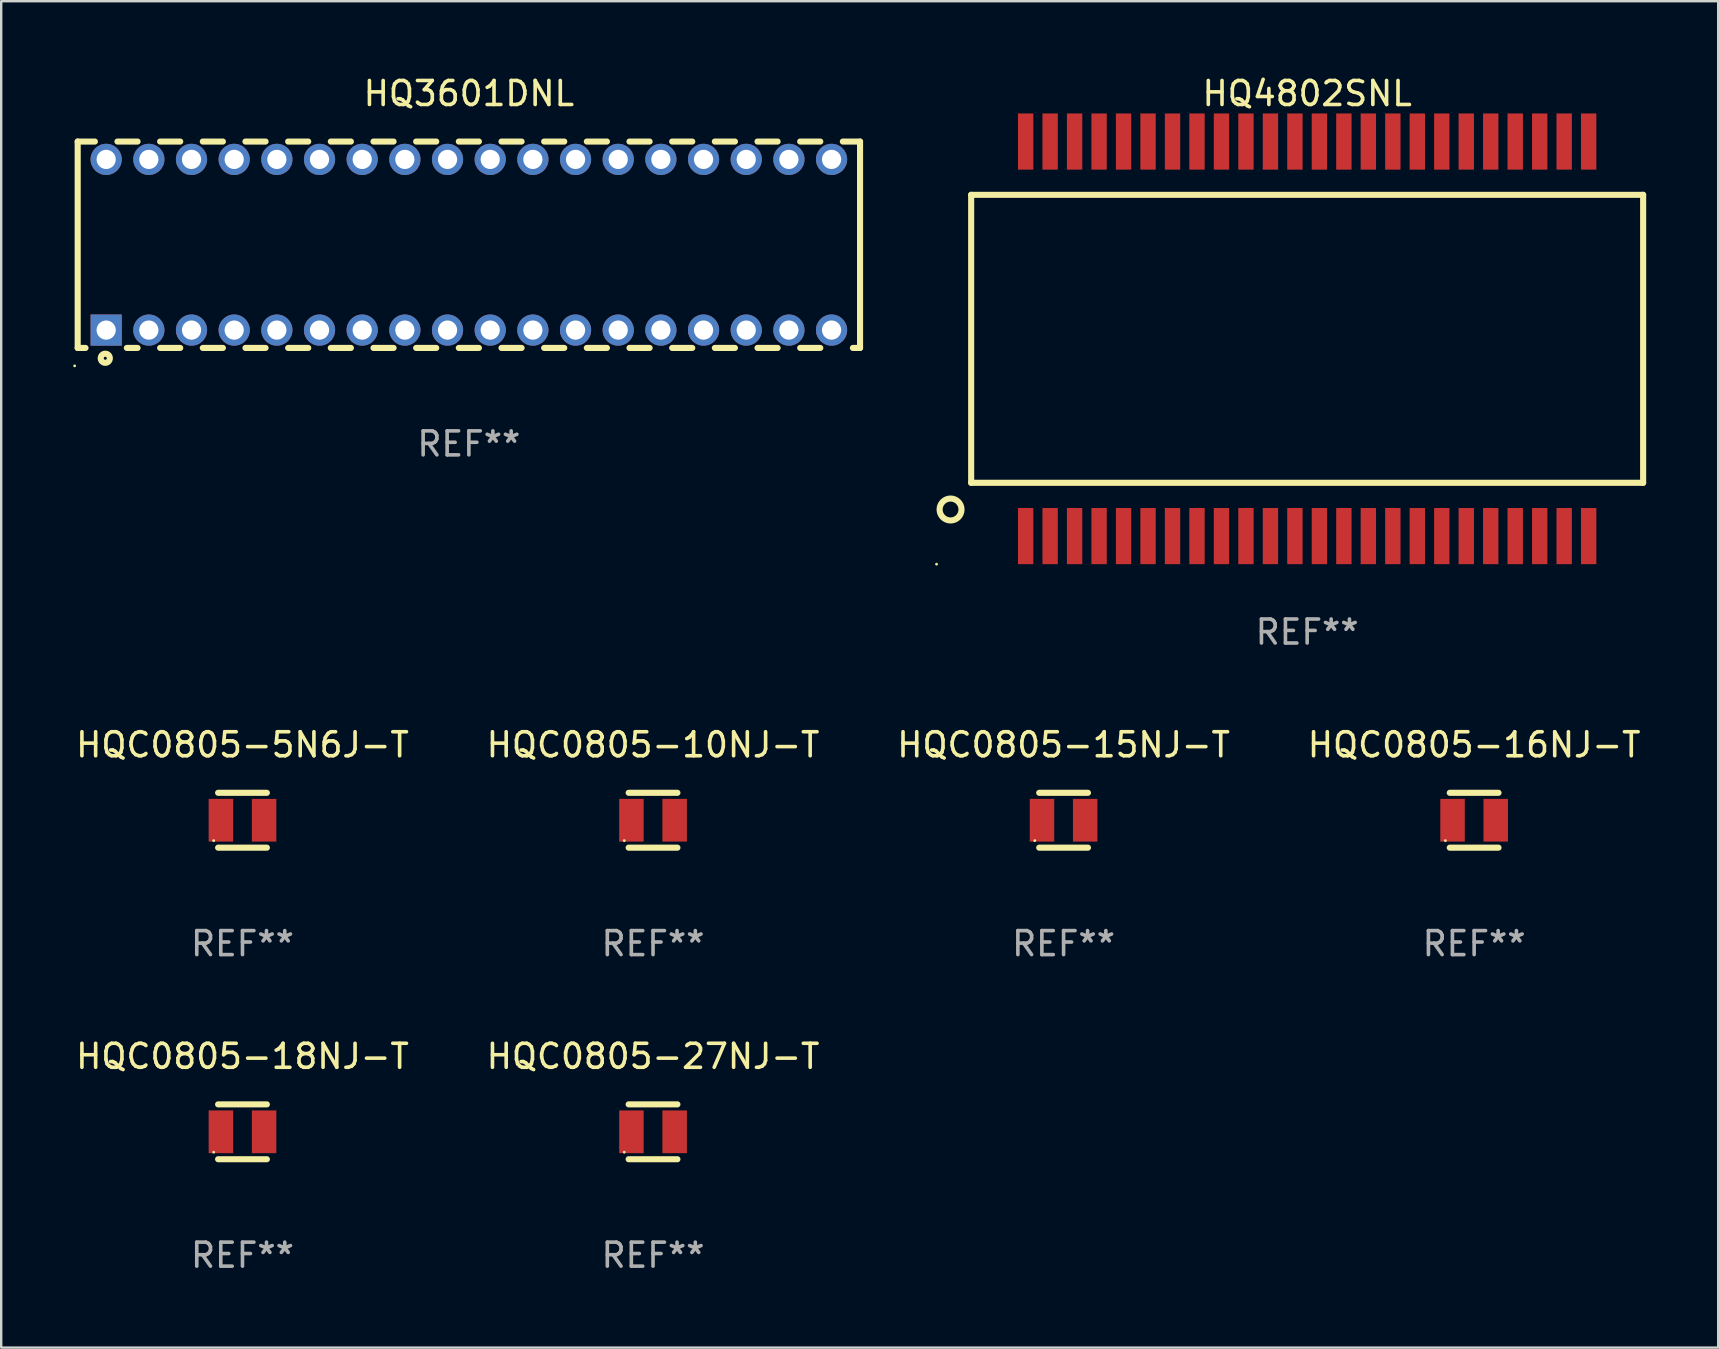
<source format=kicad_pcb>
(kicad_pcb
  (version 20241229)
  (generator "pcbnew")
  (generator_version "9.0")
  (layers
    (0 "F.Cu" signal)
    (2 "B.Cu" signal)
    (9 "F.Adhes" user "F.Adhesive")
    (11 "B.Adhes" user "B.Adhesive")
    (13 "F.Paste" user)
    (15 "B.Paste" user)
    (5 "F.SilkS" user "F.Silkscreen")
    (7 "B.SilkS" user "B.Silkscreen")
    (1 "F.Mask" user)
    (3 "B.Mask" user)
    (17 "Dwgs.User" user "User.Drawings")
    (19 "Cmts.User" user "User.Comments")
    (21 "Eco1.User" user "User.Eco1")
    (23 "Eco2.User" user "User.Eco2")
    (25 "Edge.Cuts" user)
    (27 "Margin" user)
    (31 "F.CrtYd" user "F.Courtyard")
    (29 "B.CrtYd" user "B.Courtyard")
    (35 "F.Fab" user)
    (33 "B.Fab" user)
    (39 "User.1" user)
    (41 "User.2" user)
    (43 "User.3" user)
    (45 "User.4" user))
  (footprint "HQ4802SNL"
    (layer "F.Cu")
    (at 51.417 11.068)
    (property "Reference" "HQ4802SNL" (at 0 -10.22 0) (layer "F.SilkS") (effects (font (size 1 1) (thickness 0.15))))
    (attr through_hole)
    (fp_line (start -14 -6) (end -14 6) (stroke (width 0.254) (type solid)) (layer "F.SilkS"))
    (fp_line (start -14 -6) (end 14 -6) (stroke (width 0.254) (type solid)) (layer "F.SilkS"))
    (fp_line (start -14 6) (end 14 6) (stroke (width 0.254) (type solid)) (layer "F.SilkS"))
    (fp_line (start 14 -6) (end 14 6) (stroke (width 0.254) (type solid)) (layer "F.SilkS"))
    (fp_circle (center -15.443 9.39) (end -15.413 9.39) (stroke (width 0.06) (type solid)) (fill no) (layer "F.SilkS"))
    (fp_circle (center -14.859 7.112) (end -14.402 7.112) (stroke (width 0.254) (type solid)) (fill no) (layer "F.SilkS"))
    (fp_text user "REF**" (at 0 12.22 0) (layer "F.Fab") (effects (font (size 1 1) (thickness 0.15))))
    (pad "1" smd rect (at -11.73 8.22) (size 0.64 2.34) (layers "F.Cu" "F.Mask" "F.Paste"))
    (pad "2" smd rect (at -10.71 8.22) (size 0.64 2.34) (layers "F.Cu" "F.Mask" "F.Paste"))
    (pad "3" smd rect (at -9.69 8.22) (size 0.64 2.34) (layers "F.Cu" "F.Mask" "F.Paste"))
    (pad "4" smd rect (at -8.67 8.22) (size 0.64 2.34) (layers "F.Cu" "F.Mask" "F.Paste"))
    (pad "5" smd rect (at -7.65 8.22) (size 0.64 2.34) (layers "F.Cu" "F.Mask" "F.Paste"))
    (pad "6" smd rect (at -6.63 8.22) (size 0.64 2.34) (layers "F.Cu" "F.Mask" "F.Paste"))
    (pad "7" smd rect (at -5.61 8.22) (size 0.64 2.34) (layers "F.Cu" "F.Mask" "F.Paste"))
    (pad "8" smd rect (at -4.59 8.22) (size 0.64 2.34) (layers "F.Cu" "F.Mask" "F.Paste"))
    (pad "9" smd rect (at -3.57 8.22) (size 0.64 2.34) (layers "F.Cu" "F.Mask" "F.Paste"))
    (pad "10" smd rect (at -2.55 8.22) (size 0.64 2.34) (layers "F.Cu" "F.Mask" "F.Paste"))
    (pad "11" smd rect (at -1.53 8.22) (size 0.64 2.34) (layers "F.Cu" "F.Mask" "F.Paste"))
    (pad "12" smd rect (at -0.51 8.22) (size 0.64 2.34) (layers "F.Cu" "F.Mask" "F.Paste"))
    (pad "13" smd rect (at 0.51 8.22) (size 0.64 2.34) (layers "F.Cu" "F.Mask" "F.Paste"))
    (pad "14" smd rect (at 1.53 8.22) (size 0.64 2.34) (layers "F.Cu" "F.Mask" "F.Paste"))
    (pad "15" smd rect (at 2.55 8.22) (size 0.64 2.34) (layers "F.Cu" "F.Mask" "F.Paste"))
    (pad "16" smd rect (at 3.57 8.22) (size 0.64 2.34) (layers "F.Cu" "F.Mask" "F.Paste"))
    (pad "17" smd rect (at 4.59 8.22) (size 0.64 2.34) (layers "F.Cu" "F.Mask" "F.Paste"))
    (pad "18" smd rect (at 5.61 8.22) (size 0.64 2.34) (layers "F.Cu" "F.Mask" "F.Paste"))
    (pad "19" smd rect (at 6.63 8.22) (size 0.64 2.34) (layers "F.Cu" "F.Mask" "F.Paste"))
    (pad "20" smd rect (at 7.65 8.22) (size 0.64 2.34) (layers "F.Cu" "F.Mask" "F.Paste"))
    (pad "21" smd rect (at 8.67 8.22) (size 0.64 2.34) (layers "F.Cu" "F.Mask" "F.Paste"))
    (pad "22" smd rect (at 9.69 8.22) (size 0.64 2.34) (layers "F.Cu" "F.Mask" "F.Paste"))
    (pad "23" smd rect (at 10.71 8.22) (size 0.64 2.34) (layers "F.Cu" "F.Mask" "F.Paste"))
    (pad "24" smd rect (at 11.73 8.22) (size 0.64 2.34) (layers "F.Cu" "F.Mask" "F.Paste"))
    (pad "25" smd rect (at 11.73 -8.22) (size 0.64 2.34) (layers "F.Cu" "F.Mask" "F.Paste"))
    (pad "26" smd rect (at 10.71 -8.22) (size 0.64 2.34) (layers "F.Cu" "F.Mask" "F.Paste"))
    (pad "27" smd rect (at 9.69 -8.22) (size 0.64 2.34) (layers "F.Cu" "F.Mask" "F.Paste"))
    (pad "28" smd rect (at 8.67 -8.22) (size 0.64 2.34) (layers "F.Cu" "F.Mask" "F.Paste"))
    (pad "29" smd rect (at 7.65 -8.22) (size 0.64 2.34) (layers "F.Cu" "F.Mask" "F.Paste"))
    (pad "30" smd rect (at 6.63 -8.22) (size 0.64 2.34) (layers "F.Cu" "F.Mask" "F.Paste"))
    (pad "31" smd rect (at 5.61 -8.22) (size 0.64 2.34) (layers "F.Cu" "F.Mask" "F.Paste"))
    (pad "32" smd rect (at 4.59 -8.22) (size 0.64 2.34) (layers "F.Cu" "F.Mask" "F.Paste"))
    (pad "33" smd rect (at 3.57 -8.22) (size 0.64 2.34) (layers "F.Cu" "F.Mask" "F.Paste"))
    (pad "34" smd rect (at 2.55 -8.22) (size 0.64 2.34) (layers "F.Cu" "F.Mask" "F.Paste"))
    (pad "35" smd rect (at 1.53 -8.22) (size 0.64 2.34) (layers "F.Cu" "F.Mask" "F.Paste"))
    (pad "36" smd rect (at 0.51 -8.22) (size 0.64 2.34) (layers "F.Cu" "F.Mask" "F.Paste"))
    (pad "37" smd rect (at -0.51 -8.22) (size 0.64 2.34) (layers "F.Cu" "F.Mask" "F.Paste"))
    (pad "38" smd rect (at -1.53 -8.22) (size 0.64 2.34) (layers "F.Cu" "F.Mask" "F.Paste"))
    (pad "39" smd rect (at -2.55 -8.22) (size 0.64 2.34) (layers "F.Cu" "F.Mask" "F.Paste"))
    (pad "40" smd rect (at -3.57 -8.22) (size 0.64 2.34) (layers "F.Cu" "F.Mask" "F.Paste"))
    (pad "41" smd rect (at -4.59 -8.22) (size 0.64 2.34) (layers "F.Cu" "F.Mask" "F.Paste"))
    (pad "42" smd rect (at -5.61 -8.22) (size 0.64 2.34) (layers "F.Cu" "F.Mask" "F.Paste"))
    (pad "43" smd rect (at -6.63 -8.22) (size 0.64 2.34) (layers "F.Cu" "F.Mask" "F.Paste"))
    (pad "44" smd rect (at -7.65 -8.22) (size 0.64 2.34) (layers "F.Cu" "F.Mask" "F.Paste"))
    (pad "45" smd rect (at -8.67 -8.22) (size 0.64 2.34) (layers "F.Cu" "F.Mask" "F.Paste"))
    (pad "46" smd rect (at -9.69 -8.22) (size 0.64 2.34) (layers "F.Cu" "F.Mask" "F.Paste"))
    (pad "47" smd rect (at -10.71 -8.22) (size 0.64 2.34) (layers "F.Cu" "F.Mask" "F.Paste"))
    (pad "48" smd rect (at -11.73 -8.22) (size 0.64 2.34) (layers "F.Cu" "F.Mask" "F.Paste")))
  (footprint "HQC0805-10NJ-T"
    (layer "F.Cu")
    (at 24.161 31.128)
    (property "Reference" "HQC0805-10NJ-T" (at 0 -3.143 0) (layer "F.SilkS") (effects (font (size 1 1) (thickness 0.15))))
    (attr through_hole)
    (fp_line (start -1.016 -1.143) (end 1.016 -1.143) (stroke (width 0.254) (type solid)) (layer "F.SilkS"))
    (fp_line (start -1.016 1.143) (end 1.016 1.143) (stroke (width 0.254) (type solid)) (layer "F.SilkS"))
    (fp_circle (center -1.2 0.85) (end -1.17 0.85) (stroke (width 0.06) (type solid)) (fill no) (layer "F.SilkS"))
    (fp_text user "REF**" (at 0 5.143 0) (layer "F.Fab") (effects (font (size 1 1) (thickness 0.15))))
    (pad "1" smd rect (at -0.9 0) (size 1.02 1.78) (layers "F.Cu" "F.Mask" "F.Paste"))
    (pad "2" smd rect (at 0.9 0) (size 1.02 1.78) (layers "F.Cu" "F.Mask" "F.Paste")))
  (footprint "HQC0805-16NJ-T"
    (layer "F.Cu")
    (at 58.375 31.128)
    (property "Reference" "HQC0805-16NJ-T" (at 0 -3.143 0) (layer "F.SilkS") (effects (font (size 1 1) (thickness 0.15))))
    (attr through_hole)
    (fp_line (start -1.016 -1.143) (end 1.016 -1.143) (stroke (width 0.254) (type solid)) (layer "F.SilkS"))
    (fp_line (start -1.016 1.143) (end 1.016 1.143) (stroke (width 0.254) (type solid)) (layer "F.SilkS"))
    (fp_circle (center -1.2 0.85) (end -1.17 0.85) (stroke (width 0.06) (type solid)) (fill no) (layer "F.SilkS"))
    (fp_text user "REF**" (at 0 5.143 0) (layer "F.Fab") (effects (font (size 1 1) (thickness 0.15))))
    (pad "1" smd rect (at -0.9 0) (size 1.02 1.78) (layers "F.Cu" "F.Mask" "F.Paste"))
    (pad "2" smd rect (at 0.9 0) (size 1.02 1.78) (layers "F.Cu" "F.Mask" "F.Paste")))
  (footprint "HQC0805-18NJ-T"
    (layer "F.Cu")
    (at 7.054 44.11)
    (property "Reference" "HQC0805-18NJ-T" (at 0 -3.143 0) (layer "F.SilkS") (effects (font (size 1 1) (thickness 0.15))))
    (attr through_hole)
    (fp_line (start -1.016 -1.143) (end 1.016 -1.143) (stroke (width 0.254) (type solid)) (layer "F.SilkS"))
    (fp_line (start -1.016 1.143) (end 1.016 1.143) (stroke (width 0.254) (type solid)) (layer "F.SilkS"))
    (fp_circle (center -1.2 0.85) (end -1.17 0.85) (stroke (width 0.06) (type solid)) (fill no) (layer "F.SilkS"))
    (fp_text user "REF**" (at 0 5.143 0) (layer "F.Fab") (effects (font (size 1 1) (thickness 0.15))))
    (pad "1" smd rect (at -0.9 0) (size 1.02 1.78) (layers "F.Cu" "F.Mask" "F.Paste"))
    (pad "2" smd rect (at 0.9 0) (size 1.02 1.78) (layers "F.Cu" "F.Mask" "F.Paste")))
  (footprint "HQ3601DNL"
    (layer "F.Cu")
    (at 16.487 7.148)
    (property "Reference" "HQ3601DNL" (at 0 -6.3 0) (layer "F.SilkS") (effects (font (size 1 1) (thickness 0.15))))
    (attr through_hole)
    (fp_line (start -16.3 -4.3) (end -16.3 4.3) (stroke (width 0.254) (type solid)) (layer "F.SilkS"))
    (fp_line (start -16.3 -4.3) (end -15.583 -4.3) (stroke (width 0.254) (type solid)) (layer "F.SilkS"))
    (fp_line (start -16.3 4.3) (end -15.974 4.3) (stroke (width 0.254) (type solid)) (layer "F.SilkS"))
    (fp_line (start -14.643 -4.3) (end -13.805 -4.3) (stroke (width 0.254) (type solid)) (layer "F.SilkS"))
    (fp_line (start -14.252 4.3) (end -13.805 4.3) (stroke (width 0.254) (type solid)) (layer "F.SilkS"))
    (fp_line (start -12.865 -4.3) (end -12.027 -4.3) (stroke (width 0.254) (type solid)) (layer "F.SilkS"))
    (fp_line (start -12.865 4.3) (end -12.027 4.3) (stroke (width 0.254) (type solid)) (layer "F.SilkS"))
    (fp_line (start -11.087 -4.3) (end -10.249 -4.3) (stroke (width 0.254) (type solid)) (layer "F.SilkS"))
    (fp_line (start -11.087 4.3) (end -10.249 4.3) (stroke (width 0.254) (type solid)) (layer "F.SilkS"))
    (fp_line (start -9.309 -4.3) (end -8.471 -4.3) (stroke (width 0.254) (type solid)) (layer "F.SilkS"))
    (fp_line (start -9.309 4.3) (end -8.471 4.3) (stroke (width 0.254) (type solid)) (layer "F.SilkS"))
    (fp_line (start -7.531 -4.3) (end -6.693 -4.3) (stroke (width 0.254) (type solid)) (layer "F.SilkS"))
    (fp_line (start -7.531 4.3) (end -6.693 4.3) (stroke (width 0.254) (type solid)) (layer "F.SilkS"))
    (fp_line (start -5.753 -4.3) (end -4.915 -4.3) (stroke (width 0.254) (type solid)) (layer "F.SilkS"))
    (fp_line (start -5.753 4.3) (end -4.915 4.3) (stroke (width 0.254) (type solid)) (layer "F.SilkS"))
    (fp_line (start -3.975 -4.3) (end -3.137 -4.3) (stroke (width 0.254) (type solid)) (layer "F.SilkS"))
    (fp_line (start -3.975 4.3) (end -3.137 4.3) (stroke (width 0.254) (type solid)) (layer "F.SilkS"))
    (fp_line (start -2.197 -4.3) (end -1.359 -4.3) (stroke (width 0.254) (type solid)) (layer "F.SilkS"))
    (fp_line (start -2.197 4.3) (end -1.359 4.3) (stroke (width 0.254) (type solid)) (layer "F.SilkS"))
    (fp_line (start -0.419 -4.3) (end 0.419 -4.3) (stroke (width 0.254) (type solid)) (layer "F.SilkS"))
    (fp_line (start -0.419 4.3) (end 0.419 4.3) (stroke (width 0.254) (type solid)) (layer "F.SilkS"))
    (fp_line (start 1.359 -4.3) (end 2.197 -4.3) (stroke (width 0.254) (type solid)) (layer "F.SilkS"))
    (fp_line (start 1.359 4.3) (end 2.197 4.3) (stroke (width 0.254) (type solid)) (layer "F.SilkS"))
    (fp_line (start 3.137 -4.3) (end 3.975 -4.3) (stroke (width 0.254) (type solid)) (layer "F.SilkS"))
    (fp_line (start 3.137 4.3) (end 3.975 4.3) (stroke (width 0.254) (type solid)) (layer "F.SilkS"))
    (fp_line (start 4.915 -4.3) (end 5.753 -4.3) (stroke (width 0.254) (type solid)) (layer "F.SilkS"))
    (fp_line (start 4.915 4.3) (end 5.753 4.3) (stroke (width 0.254) (type solid)) (layer "F.SilkS"))
    (fp_line (start 6.693 -4.3) (end 7.531 -4.3) (stroke (width 0.254) (type solid)) (layer "F.SilkS"))
    (fp_line (start 6.693 4.3) (end 7.531 4.3) (stroke (width 0.254) (type solid)) (layer "F.SilkS"))
    (fp_line (start 8.471 -4.3) (end 9.309 -4.3) (stroke (width 0.254) (type solid)) (layer "F.SilkS"))
    (fp_line (start 8.471 4.3) (end 9.309 4.3) (stroke (width 0.254) (type solid)) (layer "F.SilkS"))
    (fp_line (start 10.249 -4.3) (end 11.087 -4.3) (stroke (width 0.254) (type solid)) (layer "F.SilkS"))
    (fp_line (start 10.249 4.3) (end 11.087 4.3) (stroke (width 0.254) (type solid)) (layer "F.SilkS"))
    (fp_line (start 12.027 -4.3) (end 12.865 -4.3) (stroke (width 0.254) (type solid)) (layer "F.SilkS"))
    (fp_line (start 12.027 4.3) (end 12.865 4.3) (stroke (width 0.254) (type solid)) (layer "F.SilkS"))
    (fp_line (start 13.805 -4.3) (end 14.643 -4.3) (stroke (width 0.254) (type solid)) (layer "F.SilkS"))
    (fp_line (start 13.805 4.3) (end 14.643 4.3) (stroke (width 0.254) (type solid)) (layer "F.SilkS"))
    (fp_line (start 15.583 -4.3) (end 16.3 -4.3) (stroke (width 0.254) (type solid)) (layer "F.SilkS"))
    (fp_line (start 16.3 -4.3) (end 16.3 4.3) (stroke (width 0.254) (type solid)) (layer "F.SilkS"))
    (fp_line (start 16.3 4.3) (end 16.002 4.3) (stroke (width 0.254) (type solid)) (layer "F.SilkS"))
    (fp_circle (center -16.427 5.047) (end -16.397 5.047) (stroke (width 0.06) (type solid)) (fill no) (layer "F.SilkS"))
    (fp_circle (center -15.15 4.73) (end -14.96 4.73) (stroke (width 0.254) (type solid)) (fill no) (layer "F.SilkS"))
    (fp_text user "REF**" (at 0 8.3 0) (layer "F.Fab") (effects (font (size 1 1) (thickness 0.15))))
    (pad "1" thru_hole rect (at -15.113 3.556) (size 1.3 1.3) (drill 0.8) (layers "*.Cu" "*.Mask"))
    (pad "2" thru_hole circle (at -13.335 3.556) (size 1.3 1.3) (drill 0.8) (layers "*.Cu" "*.Mask"))
    (pad "3" thru_hole circle (at -11.557 3.556) (size 1.3 1.3) (drill 0.8) (layers "*.Cu" "*.Mask"))
    (pad "4" thru_hole circle (at -9.779 3.556) (size 1.3 1.3) (drill 0.8) (layers "*.Cu" "*.Mask"))
    (pad "5" thru_hole circle (at -8.001 3.556) (size 1.3 1.3) (drill 0.8) (layers "*.Cu" "*.Mask"))
    (pad "6" thru_hole circle (at -6.223 3.556) (size 1.3 1.3) (drill 0.8) (layers "*.Cu" "*.Mask"))
    (pad "7" thru_hole circle (at -4.445 3.556) (size 1.3 1.3) (drill 0.8) (layers "*.Cu" "*.Mask"))
    (pad "8" thru_hole circle (at -2.667 3.556) (size 1.3 1.3) (drill 0.8) (layers "*.Cu" "*.Mask"))
    (pad "9" thru_hole circle (at -0.889 3.556) (size 1.3 1.3) (drill 0.8) (layers "*.Cu" "*.Mask"))
    (pad "10" thru_hole circle (at 0.889 3.556) (size 1.3 1.3) (drill 0.8) (layers "*.Cu" "*.Mask"))
    (pad "11" thru_hole circle (at 2.667 3.556) (size 1.3 1.3) (drill 0.8) (layers "*.Cu" "*.Mask"))
    (pad "12" thru_hole circle (at 4.445 3.556) (size 1.3 1.3) (drill 0.8) (layers "*.Cu" "*.Mask"))
    (pad "13" thru_hole circle (at 6.223 3.556) (size 1.3 1.3) (drill 0.8) (layers "*.Cu" "*.Mask"))
    (pad "14" thru_hole circle (at 8.001 3.556) (size 1.3 1.3) (drill 0.8) (layers "*.Cu" "*.Mask"))
    (pad "15" thru_hole circle (at 9.779 3.556) (size 1.3 1.3) (drill 0.8) (layers "*.Cu" "*.Mask"))
    (pad "16" thru_hole circle (at 11.557 3.556) (size 1.3 1.3) (drill 0.8) (layers "*.Cu" "*.Mask"))
    (pad "17" thru_hole circle (at 13.335 3.556) (size 1.3 1.3) (drill 0.8) (layers "*.Cu" "*.Mask"))
    (pad "18" thru_hole circle (at 15.113 3.556) (size 1.3 1.3) (drill 0.8) (layers "*.Cu" "*.Mask"))
    (pad "19" thru_hole circle (at 15.113 -3.556) (size 1.3 1.3) (drill 0.8) (layers "*.Cu" "*.Mask"))
    (pad "20" thru_hole circle (at 13.335 -3.556) (size 1.3 1.3) (drill 0.8) (layers "*.Cu" "*.Mask"))
    (pad "21" thru_hole circle (at 11.557 -3.556) (size 1.3 1.3) (drill 0.8) (layers "*.Cu" "*.Mask"))
    (pad "22" thru_hole circle (at 9.779 -3.556) (size 1.3 1.3) (drill 0.8) (layers "*.Cu" "*.Mask"))
    (pad "23" thru_hole circle (at 8.001 -3.556) (size 1.3 1.3) (drill 0.8) (layers "*.Cu" "*.Mask"))
    (pad "24" thru_hole circle (at 6.223 -3.556) (size 1.3 1.3) (drill 0.8) (layers "*.Cu" "*.Mask"))
    (pad "25" thru_hole circle (at 4.445 -3.556) (size 1.3 1.3) (drill 0.8) (layers "*.Cu" "*.Mask"))
    (pad "26" thru_hole circle (at 2.667 -3.556) (size 1.3 1.3) (drill 0.8) (layers "*.Cu" "*.Mask"))
    (pad "27" thru_hole circle (at 0.889 -3.556) (size 1.3 1.3) (drill 0.8) (layers "*.Cu" "*.Mask"))
    (pad "28" thru_hole circle (at -0.889 -3.556) (size 1.3 1.3) (drill 0.8) (layers "*.Cu" "*.Mask"))
    (pad "29" thru_hole circle (at -2.667 -3.556) (size 1.3 1.3) (drill 0.8) (layers "*.Cu" "*.Mask"))
    (pad "30" thru_hole circle (at -4.445 -3.556) (size 1.3 1.3) (drill 0.8) (layers "*.Cu" "*.Mask"))
    (pad "31" thru_hole circle (at -6.223 -3.556) (size 1.3 1.3) (drill 0.8) (layers "*.Cu" "*.Mask"))
    (pad "32" thru_hole circle (at -8.001 -3.556) (size 1.3 1.3) (drill 0.8) (layers "*.Cu" "*.Mask"))
    (pad "33" thru_hole circle (at -9.779 -3.556) (size 1.3 1.3) (drill 0.8) (layers "*.Cu" "*.Mask"))
    (pad "34" thru_hole circle (at -11.557 -3.556) (size 1.3 1.3) (drill 0.8) (layers "*.Cu" "*.Mask"))
    (pad "35" thru_hole circle (at -13.335 -3.556) (size 1.3 1.3) (drill 0.8) (layers "*.Cu" "*.Mask"))
    (pad "36" thru_hole circle (at -15.113 -3.556) (size 1.3 1.3) (drill 0.8) (layers "*.Cu" "*.Mask")))
  (footprint "HQC0805-15NJ-T"
    (layer "F.Cu")
    (at 41.268 31.128)
    (property "Reference" "HQC0805-15NJ-T" (at 0 -3.143 0) (layer "F.SilkS") (effects (font (size 1 1) (thickness 0.15))))
    (attr through_hole)
    (fp_line (start -1.016 -1.143) (end 1.016 -1.143) (stroke (width 0.254) (type solid)) (layer "F.SilkS"))
    (fp_line (start -1.016 1.143) (end 1.016 1.143) (stroke (width 0.254) (type solid)) (layer "F.SilkS"))
    (fp_circle (center -1.2 0.85) (end -1.17 0.85) (stroke (width 0.06) (type solid)) (fill no) (layer "F.SilkS"))
    (fp_text user "REF**" (at 0 5.143 0) (layer "F.Fab") (effects (font (size 1 1) (thickness 0.15))))
    (pad "1" smd rect (at -0.9 0) (size 1.02 1.78) (layers "F.Cu" "F.Mask" "F.Paste"))
    (pad "2" smd rect (at 0.9 0) (size 1.02 1.78) (layers "F.Cu" "F.Mask" "F.Paste")))
  (footprint "HQC0805-27NJ-T"
    (layer "F.Cu")
    (at 24.161 44.11)
    (property "Reference" "HQC0805-27NJ-T" (at 0 -3.143 0) (layer "F.SilkS") (effects (font (size 1 1) (thickness 0.15))))
    (attr through_hole)
    (fp_line (start -1.016 -1.143) (end 1.016 -1.143) (stroke (width 0.254) (type solid)) (layer "F.SilkS"))
    (fp_line (start -1.016 1.143) (end 1.016 1.143) (stroke (width 0.254) (type solid)) (layer "F.SilkS"))
    (fp_circle (center -1.2 0.85) (end -1.17 0.85) (stroke (width 0.06) (type solid)) (fill no) (layer "F.SilkS"))
    (fp_text user "REF**" (at 0 5.143 0) (layer "F.Fab") (effects (font (size 1 1) (thickness 0.15))))
    (pad "1" smd rect (at -0.9 0) (size 1.02 1.78) (layers "F.Cu" "F.Mask" "F.Paste"))
    (pad "2" smd rect (at 0.9 0) (size 1.02 1.78) (layers "F.Cu" "F.Mask" "F.Paste")))
  (footprint "HQC0805-5N6J-T"
    (layer "F.Cu")
    (at 7.054 31.128)
    (property "Reference" "HQC0805-5N6J-T" (at 0 -3.143 0) (layer "F.SilkS") (effects (font (size 1 1) (thickness 0.15))))
    (attr through_hole)
    (fp_line (start -1.016 -1.143) (end 1.016 -1.143) (stroke (width 0.254) (type solid)) (layer "F.SilkS"))
    (fp_line (start -1.016 1.143) (end 1.016 1.143) (stroke (width 0.254) (type solid)) (layer "F.SilkS"))
    (fp_circle (center -1.2 0.85) (end -1.17 0.85) (stroke (width 0.06) (type solid)) (fill no) (layer "F.SilkS"))
    (fp_text user "REF**" (at 0 5.143 0) (layer "F.Fab") (effects (font (size 1 1) (thickness 0.15))))
    (pad "1" smd rect (at -0.9 0) (size 1.02 1.78) (layers "F.Cu" "F.Mask" "F.Paste"))
    (pad "2" smd rect (at 0.9 0) (size 1.02 1.78) (layers "F.Cu" "F.Mask" "F.Paste")))
  (gr_rect
    (start -3 -3)
    (end 68.544 53.102)
    (stroke (width 0.1) (type default))
    (fill no)
    (layer "Edge.Cuts")))
</source>
